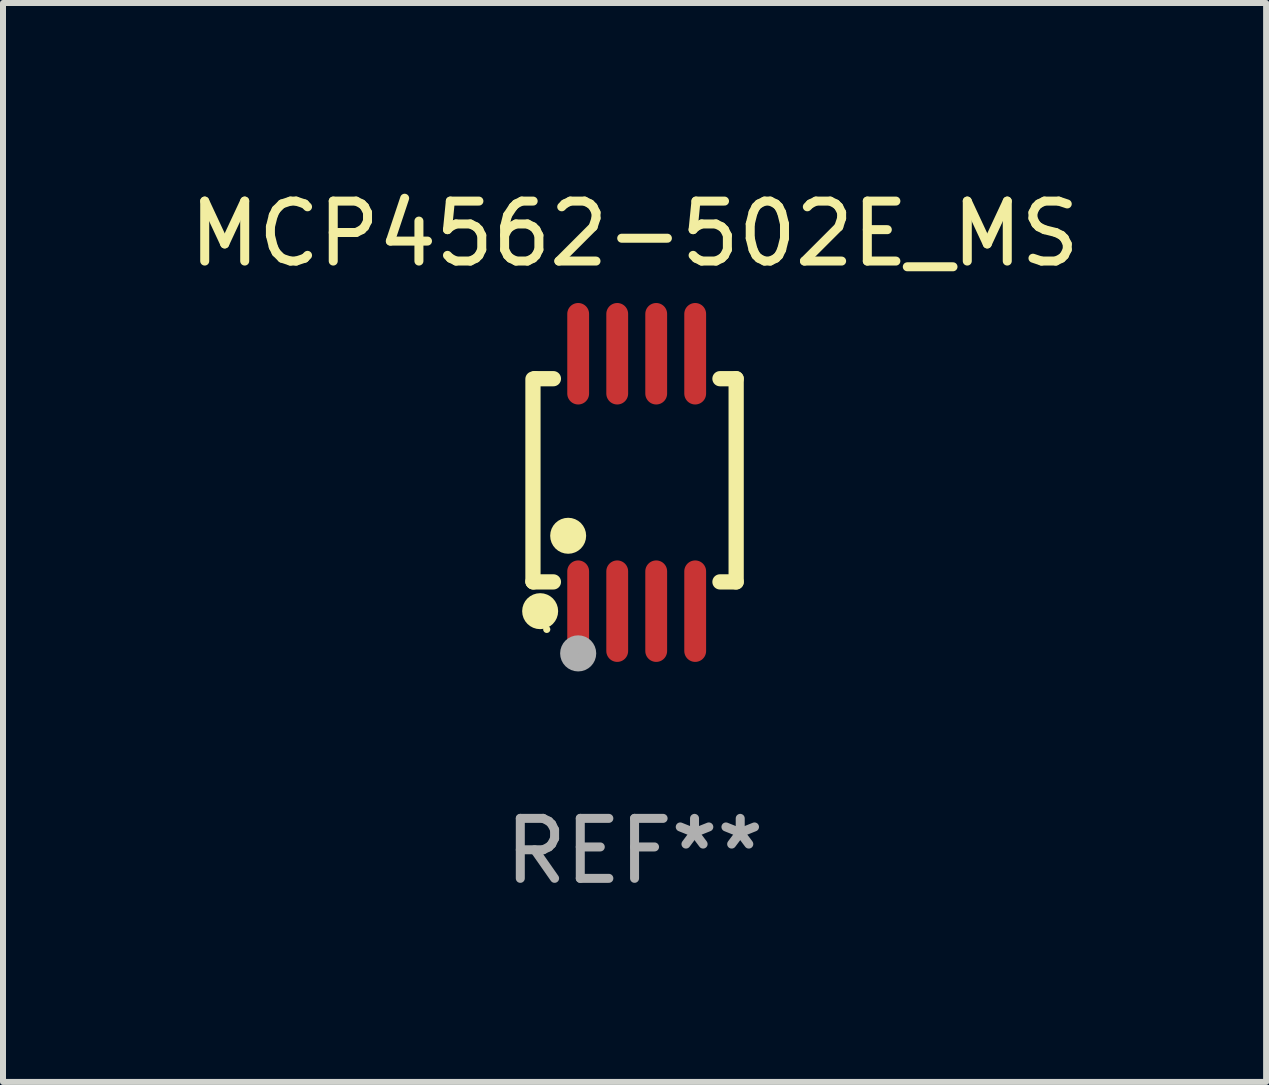
<source format=kicad_pcb>
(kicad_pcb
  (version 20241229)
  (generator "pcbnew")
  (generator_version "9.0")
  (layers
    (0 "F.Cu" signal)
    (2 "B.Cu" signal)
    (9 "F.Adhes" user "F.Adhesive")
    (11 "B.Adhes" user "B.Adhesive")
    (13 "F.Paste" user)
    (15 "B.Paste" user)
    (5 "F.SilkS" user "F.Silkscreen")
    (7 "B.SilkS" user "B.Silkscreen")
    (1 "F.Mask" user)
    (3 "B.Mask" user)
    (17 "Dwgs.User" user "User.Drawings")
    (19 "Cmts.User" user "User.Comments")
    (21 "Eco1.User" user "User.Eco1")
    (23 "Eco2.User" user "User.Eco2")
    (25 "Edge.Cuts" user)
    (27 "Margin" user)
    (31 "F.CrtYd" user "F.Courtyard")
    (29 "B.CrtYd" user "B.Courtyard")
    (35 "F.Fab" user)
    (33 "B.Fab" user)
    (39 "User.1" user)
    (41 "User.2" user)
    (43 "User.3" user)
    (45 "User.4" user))
  (footprint "MCP4562-502E_MS"
    (layer "F.Cu")
    (at 7.53 4.994)
    (property "Reference" "MCP4562-502E_MS" (at 0 -4.146 0) (layer "F.SilkS") (effects (font (size 1 1) (thickness 0.15))))
    (attr through_hole)
    (fp_line (start -1.694 -1.724) (end -1.694 1.652) (stroke (width 0.254) (type solid)) (layer "F.SilkS"))
    (fp_line (start -1.694 1.652) (end -1.688 1.658) (stroke (width 0.254) (type solid)) (layer "F.SilkS"))
    (fp_line (start -1.688 1.658) (end -1.353 1.658) (stroke (width 0.254) (type solid)) (layer "F.SilkS"))
    (fp_line (start -1.661 -1.73) (end -1.681 -1.71) (stroke (width 0.254) (type solid)) (layer "F.SilkS"))
    (fp_line (start -1.353 -1.73) (end -1.661 -1.73) (stroke (width 0.254) (type solid)) (layer "F.SilkS"))
    (fp_line (start 1.424 1.658) (end 1.694 1.658) (stroke (width 0.254) (type solid)) (layer "F.SilkS"))
    (fp_line (start 1.694 -1.73) (end 1.424 -1.73) (stroke (width 0.254) (type solid)) (layer "F.SilkS"))
    (fp_line (start 1.694 1.658) (end 1.694 -1.73) (stroke (width 0.254) (type solid)) (layer "F.SilkS"))
    (fp_circle (center -1.574 2.146) (end -1.424 2.146) (stroke (width 0.3) (type solid)) (fill no) (layer "F.SilkS"))
    (fp_circle (center -1.464 2.45) (end -1.434 2.45) (stroke (width 0.06) (type solid)) (fill no) (layer "F.SilkS"))
    (fp_circle (center -1.107 0.889) (end -0.957 0.889) (stroke (width 0.3) (type solid)) (fill no) (layer "F.SilkS"))
    (fp_circle (center -0.94 2.85) (end -0.789 2.85) (stroke (width 0.3) (type solid)) (fill no) (layer "F.Fab"))
    (fp_text user "REF**" (at 0 6.146 0) (layer "F.Fab") (effects (font (size 1 1) (thickness 0.15))))
    (pad "1" smd oval (at -0.94 2.146) (size 0.364 1.692) (layers "F.Cu" "F.Mask" "F.Paste"))
    (pad "2" smd oval (at -0.289 2.146) (size 0.364 1.692) (layers "F.Cu" "F.Mask" "F.Paste"))
    (pad "3" smd oval (at 0.361 2.146) (size 0.364 1.692) (layers "F.Cu" "F.Mask" "F.Paste"))
    (pad "4" smd oval (at 1.011 2.146) (size 0.364 1.692) (layers "F.Cu" "F.Mask" "F.Paste"))
    (pad "5" smd oval (at 1.011 -2.146) (size 0.364 1.692) (layers "F.Cu" "F.Mask" "F.Paste"))
    (pad "6" smd oval (at 0.361 -2.146) (size 0.364 1.692) (layers "F.Cu" "F.Mask" "F.Paste"))
    (pad "7" smd oval (at -0.289 -2.146) (size 0.364 1.692) (layers "F.Cu" "F.Mask" "F.Paste"))
    (pad "8" smd oval (at -0.94 -2.146) (size 0.364 1.692) (layers "F.Cu" "F.Mask" "F.Paste")))
  (gr_rect
    (start -3 -3)
    (end 18.06 14.989)
    (stroke (width 0.1) (type default))
    (fill no)
    (layer "Edge.Cuts")))
</source>
